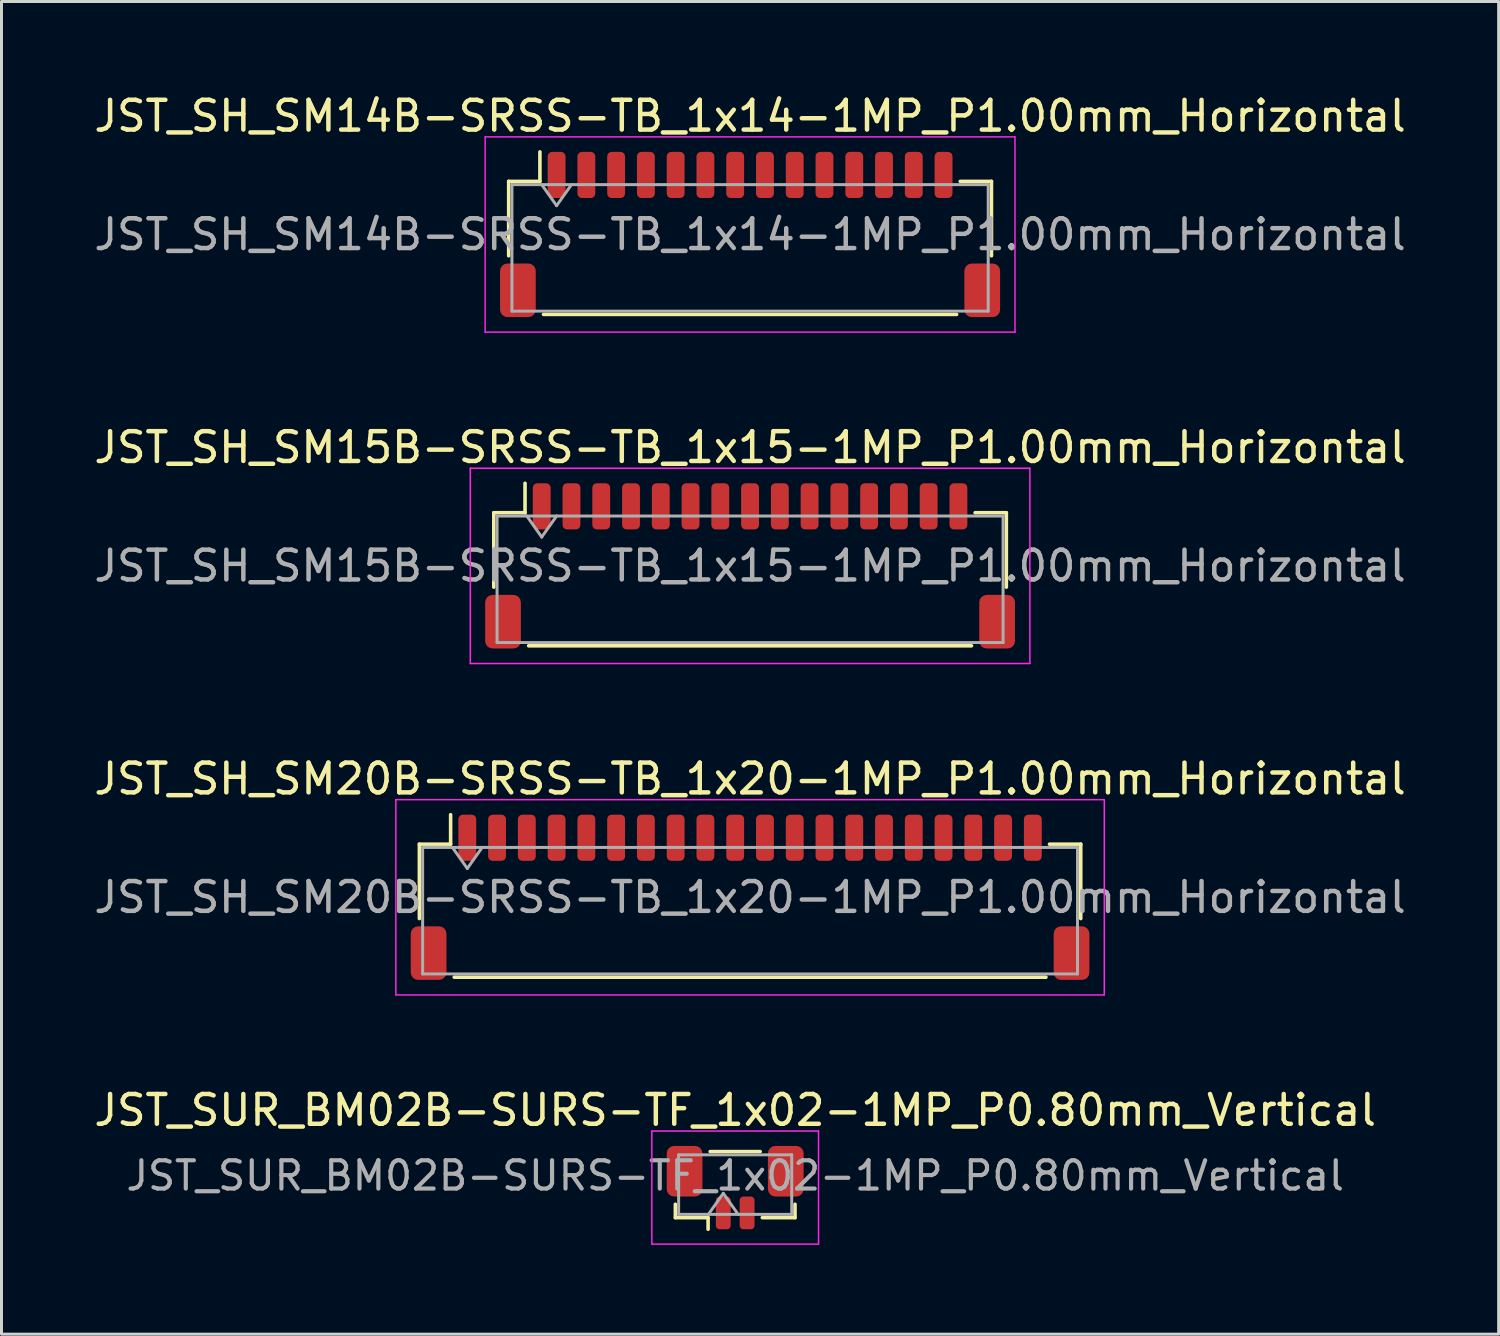
<source format=kicad_pcb>
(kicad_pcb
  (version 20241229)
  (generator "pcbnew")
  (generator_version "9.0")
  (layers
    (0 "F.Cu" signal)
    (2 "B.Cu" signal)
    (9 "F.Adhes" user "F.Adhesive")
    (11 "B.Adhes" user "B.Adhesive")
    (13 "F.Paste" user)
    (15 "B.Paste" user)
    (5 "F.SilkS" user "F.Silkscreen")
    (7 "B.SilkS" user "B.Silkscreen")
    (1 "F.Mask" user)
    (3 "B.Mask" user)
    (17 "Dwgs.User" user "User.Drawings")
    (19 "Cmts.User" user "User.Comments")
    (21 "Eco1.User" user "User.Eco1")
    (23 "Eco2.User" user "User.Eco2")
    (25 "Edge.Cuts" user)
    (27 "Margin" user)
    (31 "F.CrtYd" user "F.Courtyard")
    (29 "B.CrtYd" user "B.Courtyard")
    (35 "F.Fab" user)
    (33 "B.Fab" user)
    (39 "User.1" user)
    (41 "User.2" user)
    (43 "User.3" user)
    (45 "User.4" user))
  (footprint "JST_SH_SM20B-SRSS-TB_1x20-1MP_P1.00mm_Horizontal"
    (layer "F.Cu")
    (at 22.149 27.095)
    (property "Reference" "JST_SH_SM20B-SRSS-TB_1x20-1MP_P1.00mm_Horizontal" (at 0 -3.98 0) (layer "F.SilkS") (effects (font (size 1 1) (thickness 0.15))))
    (attr smd)
    (fp_line (start -11.11 -1.785) (end -10.06 -1.785) (stroke (width 0.12) (type solid)) (layer "F.SilkS"))
    (fp_line (start -11.11 0.715) (end -11.11 -1.785) (stroke (width 0.12) (type solid)) (layer "F.SilkS"))
    (fp_line (start -10.06 -1.785) (end -10.06 -2.775) (stroke (width 0.12) (type solid)) (layer "F.SilkS"))
    (fp_line (start -9.94 2.685) (end 9.94 2.685) (stroke (width 0.12) (type solid)) (layer "F.SilkS"))
    (fp_line (start 11.11 -1.785) (end 10.06 -1.785) (stroke (width 0.12) (type solid)) (layer "F.SilkS"))
    (fp_line (start 11.11 0.715) (end 11.11 -1.785) (stroke (width 0.12) (type solid)) (layer "F.SilkS"))
    (fp_line (start -11.9 -3.28) (end -11.9 3.28) (stroke (width 0.05) (type solid)) (layer "F.CrtYd"))
    (fp_line (start -11.9 3.28) (end 11.9 3.28) (stroke (width 0.05) (type solid)) (layer "F.CrtYd"))
    (fp_line (start 11.9 -3.28) (end -11.9 -3.28) (stroke (width 0.05) (type solid)) (layer "F.CrtYd"))
    (fp_line (start 11.9 3.28) (end 11.9 -3.28) (stroke (width 0.05) (type solid)) (layer "F.CrtYd"))
    (fp_line (start -11 -1.675) (end -11 2.575) (stroke (width 0.1) (type solid)) (layer "F.Fab"))
    (fp_line (start -11 -1.675) (end 11 -1.675) (stroke (width 0.1) (type solid)) (layer "F.Fab"))
    (fp_line (start -11 2.575) (end 11 2.575) (stroke (width 0.1) (type solid)) (layer "F.Fab"))
    (fp_line (start -10 -1.675) (end -9.5 -0.968) (stroke (width 0.1) (type solid)) (layer "F.Fab"))
    (fp_line (start -9.5 -0.968) (end -9 -1.675) (stroke (width 0.1) (type solid)) (layer "F.Fab"))
    (fp_line (start 11 -1.675) (end 11 2.575) (stroke (width 0.1) (type solid)) (layer "F.Fab"))
    (fp_text user "${REFERENCE}" (at 0 0 0) (layer "F.Fab") (effects (font (size 1 1) (thickness 0.15))))
    (pad "1" smd roundrect (at -9.5 -2) (size 0.6 1.55) (layers "F.Cu" "F.Mask" "F.Paste") (roundrect_rratio 0.25))
    (pad "2" smd roundrect (at -8.5 -2) (size 0.6 1.55) (layers "F.Cu" "F.Mask" "F.Paste") (roundrect_rratio 0.25))
    (pad "3" smd roundrect (at -7.5 -2) (size 0.6 1.55) (layers "F.Cu" "F.Mask" "F.Paste") (roundrect_rratio 0.25))
    (pad "4" smd roundrect (at -6.5 -2) (size 0.6 1.55) (layers "F.Cu" "F.Mask" "F.Paste") (roundrect_rratio 0.25))
    (pad "5" smd roundrect (at -5.5 -2) (size 0.6 1.55) (layers "F.Cu" "F.Mask" "F.Paste") (roundrect_rratio 0.25))
    (pad "6" smd roundrect (at -4.5 -2) (size 0.6 1.55) (layers "F.Cu" "F.Mask" "F.Paste") (roundrect_rratio 0.25))
    (pad "7" smd roundrect (at -3.5 -2) (size 0.6 1.55) (layers "F.Cu" "F.Mask" "F.Paste") (roundrect_rratio 0.25))
    (pad "8" smd roundrect (at -2.5 -2) (size 0.6 1.55) (layers "F.Cu" "F.Mask" "F.Paste") (roundrect_rratio 0.25))
    (pad "9" smd roundrect (at -1.5 -2) (size 0.6 1.55) (layers "F.Cu" "F.Mask" "F.Paste") (roundrect_rratio 0.25))
    (pad "10" smd roundrect (at -0.5 -2) (size 0.6 1.55) (layers "F.Cu" "F.Mask" "F.Paste") (roundrect_rratio 0.25))
    (pad "11" smd roundrect (at 0.5 -2) (size 0.6 1.55) (layers "F.Cu" "F.Mask" "F.Paste") (roundrect_rratio 0.25))
    (pad "12" smd roundrect (at 1.5 -2) (size 0.6 1.55) (layers "F.Cu" "F.Mask" "F.Paste") (roundrect_rratio 0.25))
    (pad "13" smd roundrect (at 2.5 -2) (size 0.6 1.55) (layers "F.Cu" "F.Mask" "F.Paste") (roundrect_rratio 0.25))
    (pad "14" smd roundrect (at 3.5 -2) (size 0.6 1.55) (layers "F.Cu" "F.Mask" "F.Paste") (roundrect_rratio 0.25))
    (pad "15" smd roundrect (at 4.5 -2) (size 0.6 1.55) (layers "F.Cu" "F.Mask" "F.Paste") (roundrect_rratio 0.25))
    (pad "16" smd roundrect (at 5.5 -2) (size 0.6 1.55) (layers "F.Cu" "F.Mask" "F.Paste") (roundrect_rratio 0.25))
    (pad "17" smd roundrect (at 6.5 -2) (size 0.6 1.55) (layers "F.Cu" "F.Mask" "F.Paste") (roundrect_rratio 0.25))
    (pad "18" smd roundrect (at 7.5 -2) (size 0.6 1.55) (layers "F.Cu" "F.Mask" "F.Paste") (roundrect_rratio 0.25))
    (pad "19" smd roundrect (at 8.5 -2) (size 0.6 1.55) (layers "F.Cu" "F.Mask" "F.Paste") (roundrect_rratio 0.25))
    (pad "20" smd roundrect (at 9.5 -2) (size 0.6 1.55) (layers "F.Cu" "F.Mask" "F.Paste") (roundrect_rratio 0.25))
    (pad "MP" smd roundrect (at -10.8 1.875) (size 1.2 1.8) (layers "F.Cu" "F.Mask" "F.Paste") (roundrect_rratio 0.208))
    (pad "MP" smd roundrect (at 10.8 1.875) (size 1.2 1.8) (layers "F.Cu" "F.Mask" "F.Paste") (roundrect_rratio 0.208)))
  (footprint "JST_SUR_BM02B-SURS-TF_1x02-1MP_P0.80mm_Vertical"
    (layer "F.Cu")
    (at 21.649 36.848)
    (property "Reference" "JST_SUR_BM02B-SURS-TF_1x02-1MP_P0.80mm_Vertical" (at 0 -2.6 0) (layer "F.SilkS") (effects (font (size 1 1) (thickness 0.15))))
    (attr smd)
    (fp_line (start -2.01 0.56) (end -2.01 1.01) (stroke (width 0.12) (type solid)) (layer "F.SilkS"))
    (fp_line (start -2.01 1.01) (end -0.91 1.01) (stroke (width 0.12) (type solid)) (layer "F.SilkS"))
    (fp_line (start -0.91 1.01) (end -0.91 1.4) (stroke (width 0.12) (type solid)) (layer "F.SilkS"))
    (fp_line (start -0.84 -1.21) (end 0.84 -1.21) (stroke (width 0.12) (type solid)) (layer "F.SilkS"))
    (fp_line (start 2.01 0.56) (end 2.01 1.01) (stroke (width 0.12) (type solid)) (layer "F.SilkS"))
    (fp_line (start 2.01 1.01) (end 0.91 1.01) (stroke (width 0.12) (type solid)) (layer "F.SilkS"))
    (fp_line (start -2.8 -1.9) (end -2.8 1.9) (stroke (width 0.05) (type solid)) (layer "F.CrtYd"))
    (fp_line (start -2.8 1.9) (end 2.8 1.9) (stroke (width 0.05) (type solid)) (layer "F.CrtYd"))
    (fp_line (start 2.8 -1.9) (end -2.8 -1.9) (stroke (width 0.05) (type solid)) (layer "F.CrtYd"))
    (fp_line (start 2.8 1.9) (end 2.8 -1.9) (stroke (width 0.05) (type solid)) (layer "F.CrtYd"))
    (fp_line (start -1.9 -1.1) (end 1.9 -1.1) (stroke (width 0.1) (type solid)) (layer "F.Fab"))
    (fp_line (start -1.9 0.9) (end -1.9 -1.1) (stroke (width 0.1) (type solid)) (layer "F.Fab"))
    (fp_line (start -1.9 0.9) (end 1.9 0.9) (stroke (width 0.1) (type solid)) (layer "F.Fab"))
    (fp_line (start -0.9 0.9) (end -0.4 0.193) (stroke (width 0.1) (type solid)) (layer "F.Fab"))
    (fp_line (start -0.4 0.193) (end 0.1 0.9) (stroke (width 0.1) (type solid)) (layer "F.Fab"))
    (fp_line (start 1.9 0.9) (end 1.9 -1.1) (stroke (width 0.1) (type solid)) (layer "F.Fab"))
    (fp_text user "${REFERENCE}" (at 0 -0.4 0) (layer "F.Fab") (effects (font (size 0.95 0.95) (thickness 0.14))))
    (pad "1" smd roundrect (at -0.4 0.85) (size 0.5 1.1) (layers "F.Cu" "F.Mask" "F.Paste") (roundrect_rratio 0.25))
    (pad "2" smd roundrect (at 0.4 0.85) (size 0.5 1.1) (layers "F.Cu" "F.Mask" "F.Paste") (roundrect_rratio 0.25))
    (pad "MP" smd roundrect (at -1.7 -0.55) (size 1.2 1.7) (layers "F.Cu" "F.Mask" "F.Paste") (roundrect_rratio 0.208))
    (pad "MP" smd roundrect (at 1.7 -0.55) (size 1.2 1.7) (layers "F.Cu" "F.Mask" "F.Paste") (roundrect_rratio 0.208)))
  (footprint "JST_SH_SM14B-SRSS-TB_1x14-1MP_P1.00mm_Horizontal"
    (layer "F.Cu")
    (at 22.149 4.828)
    (property "Reference" "JST_SH_SM14B-SRSS-TB_1x14-1MP_P1.00mm_Horizontal" (at 0 -3.98 0) (layer "F.SilkS") (effects (font (size 1 1) (thickness 0.15))))
    (attr smd)
    (fp_line (start -8.11 -1.785) (end -7.06 -1.785) (stroke (width 0.12) (type solid)) (layer "F.SilkS"))
    (fp_line (start -8.11 0.715) (end -8.11 -1.785) (stroke (width 0.12) (type solid)) (layer "F.SilkS"))
    (fp_line (start -7.06 -1.785) (end -7.06 -2.775) (stroke (width 0.12) (type solid)) (layer "F.SilkS"))
    (fp_line (start -6.94 2.685) (end 6.94 2.685) (stroke (width 0.12) (type solid)) (layer "F.SilkS"))
    (fp_line (start 8.11 -1.785) (end 7.06 -1.785) (stroke (width 0.12) (type solid)) (layer "F.SilkS"))
    (fp_line (start 8.11 0.715) (end 8.11 -1.785) (stroke (width 0.12) (type solid)) (layer "F.SilkS"))
    (fp_line (start -8.9 -3.28) (end -8.9 3.28) (stroke (width 0.05) (type solid)) (layer "F.CrtYd"))
    (fp_line (start -8.9 3.28) (end 8.9 3.28) (stroke (width 0.05) (type solid)) (layer "F.CrtYd"))
    (fp_line (start 8.9 -3.28) (end -8.9 -3.28) (stroke (width 0.05) (type solid)) (layer "F.CrtYd"))
    (fp_line (start 8.9 3.28) (end 8.9 -3.28) (stroke (width 0.05) (type solid)) (layer "F.CrtYd"))
    (fp_line (start -8 -1.675) (end -8 2.575) (stroke (width 0.1) (type solid)) (layer "F.Fab"))
    (fp_line (start -8 -1.675) (end 8 -1.675) (stroke (width 0.1) (type solid)) (layer "F.Fab"))
    (fp_line (start -8 2.575) (end 8 2.575) (stroke (width 0.1) (type solid)) (layer "F.Fab"))
    (fp_line (start -7 -1.675) (end -6.5 -0.968) (stroke (width 0.1) (type solid)) (layer "F.Fab"))
    (fp_line (start -6.5 -0.968) (end -6 -1.675) (stroke (width 0.1) (type solid)) (layer "F.Fab"))
    (fp_line (start 8 -1.675) (end 8 2.575) (stroke (width 0.1) (type solid)) (layer "F.Fab"))
    (fp_text user "${REFERENCE}" (at 0 0 0) (layer "F.Fab") (effects (font (size 1 1) (thickness 0.15))))
    (pad "1" smd roundrect (at -6.5 -2) (size 0.6 1.55) (layers "F.Cu" "F.Mask" "F.Paste") (roundrect_rratio 0.25))
    (pad "2" smd roundrect (at -5.5 -2) (size 0.6 1.55) (layers "F.Cu" "F.Mask" "F.Paste") (roundrect_rratio 0.25))
    (pad "3" smd roundrect (at -4.5 -2) (size 0.6 1.55) (layers "F.Cu" "F.Mask" "F.Paste") (roundrect_rratio 0.25))
    (pad "4" smd roundrect (at -3.5 -2) (size 0.6 1.55) (layers "F.Cu" "F.Mask" "F.Paste") (roundrect_rratio 0.25))
    (pad "5" smd roundrect (at -2.5 -2) (size 0.6 1.55) (layers "F.Cu" "F.Mask" "F.Paste") (roundrect_rratio 0.25))
    (pad "6" smd roundrect (at -1.5 -2) (size 0.6 1.55) (layers "F.Cu" "F.Mask" "F.Paste") (roundrect_rratio 0.25))
    (pad "7" smd roundrect (at -0.5 -2) (size 0.6 1.55) (layers "F.Cu" "F.Mask" "F.Paste") (roundrect_rratio 0.25))
    (pad "8" smd roundrect (at 0.5 -2) (size 0.6 1.55) (layers "F.Cu" "F.Mask" "F.Paste") (roundrect_rratio 0.25))
    (pad "9" smd roundrect (at 1.5 -2) (size 0.6 1.55) (layers "F.Cu" "F.Mask" "F.Paste") (roundrect_rratio 0.25))
    (pad "10" smd roundrect (at 2.5 -2) (size 0.6 1.55) (layers "F.Cu" "F.Mask" "F.Paste") (roundrect_rratio 0.25))
    (pad "11" smd roundrect (at 3.5 -2) (size 0.6 1.55) (layers "F.Cu" "F.Mask" "F.Paste") (roundrect_rratio 0.25))
    (pad "12" smd roundrect (at 4.5 -2) (size 0.6 1.55) (layers "F.Cu" "F.Mask" "F.Paste") (roundrect_rratio 0.25))
    (pad "13" smd roundrect (at 5.5 -2) (size 0.6 1.55) (layers "F.Cu" "F.Mask" "F.Paste") (roundrect_rratio 0.25))
    (pad "14" smd roundrect (at 6.5 -2) (size 0.6 1.55) (layers "F.Cu" "F.Mask" "F.Paste") (roundrect_rratio 0.25))
    (pad "MP" smd roundrect (at -7.8 1.875) (size 1.2 1.8) (layers "F.Cu" "F.Mask" "F.Paste") (roundrect_rratio 0.208))
    (pad "MP" smd roundrect (at 7.8 1.875) (size 1.2 1.8) (layers "F.Cu" "F.Mask" "F.Paste") (roundrect_rratio 0.208)))
  (footprint "JST_SH_SM15B-SRSS-TB_1x15-1MP_P1.00mm_Horizontal"
    (layer "F.Cu")
    (at 22.149 15.961)
    (property "Reference" "JST_SH_SM15B-SRSS-TB_1x15-1MP_P1.00mm_Horizontal" (at 0 -3.98 0) (layer "F.SilkS") (effects (font (size 1 1) (thickness 0.15))))
    (attr smd)
    (fp_line (start -8.61 -1.785) (end -7.56 -1.785) (stroke (width 0.12) (type solid)) (layer "F.SilkS"))
    (fp_line (start -8.61 0.715) (end -8.61 -1.785) (stroke (width 0.12) (type solid)) (layer "F.SilkS"))
    (fp_line (start -7.56 -1.785) (end -7.56 -2.775) (stroke (width 0.12) (type solid)) (layer "F.SilkS"))
    (fp_line (start -7.44 2.685) (end 7.44 2.685) (stroke (width 0.12) (type solid)) (layer "F.SilkS"))
    (fp_line (start 8.61 -1.785) (end 7.56 -1.785) (stroke (width 0.12) (type solid)) (layer "F.SilkS"))
    (fp_line (start 8.61 0.715) (end 8.61 -1.785) (stroke (width 0.12) (type solid)) (layer "F.SilkS"))
    (fp_line (start -9.4 -3.28) (end -9.4 3.28) (stroke (width 0.05) (type solid)) (layer "F.CrtYd"))
    (fp_line (start -9.4 3.28) (end 9.4 3.28) (stroke (width 0.05) (type solid)) (layer "F.CrtYd"))
    (fp_line (start 9.4 -3.28) (end -9.4 -3.28) (stroke (width 0.05) (type solid)) (layer "F.CrtYd"))
    (fp_line (start 9.4 3.28) (end 9.4 -3.28) (stroke (width 0.05) (type solid)) (layer "F.CrtYd"))
    (fp_line (start -8.5 -1.675) (end -8.5 2.575) (stroke (width 0.1) (type solid)) (layer "F.Fab"))
    (fp_line (start -8.5 -1.675) (end 8.5 -1.675) (stroke (width 0.1) (type solid)) (layer "F.Fab"))
    (fp_line (start -8.5 2.575) (end 8.5 2.575) (stroke (width 0.1) (type solid)) (layer "F.Fab"))
    (fp_line (start -7.5 -1.675) (end -7 -0.968) (stroke (width 0.1) (type solid)) (layer "F.Fab"))
    (fp_line (start -7 -0.968) (end -6.5 -1.675) (stroke (width 0.1) (type solid)) (layer "F.Fab"))
    (fp_line (start 8.5 -1.675) (end 8.5 2.575) (stroke (width 0.1) (type solid)) (layer "F.Fab"))
    (fp_text user "${REFERENCE}" (at 0 0 0) (layer "F.Fab") (effects (font (size 1 1) (thickness 0.15))))
    (pad "1" smd roundrect (at -7 -2) (size 0.6 1.55) (layers "F.Cu" "F.Mask" "F.Paste") (roundrect_rratio 0.25))
    (pad "2" smd roundrect (at -6 -2) (size 0.6 1.55) (layers "F.Cu" "F.Mask" "F.Paste") (roundrect_rratio 0.25))
    (pad "3" smd roundrect (at -5 -2) (size 0.6 1.55) (layers "F.Cu" "F.Mask" "F.Paste") (roundrect_rratio 0.25))
    (pad "4" smd roundrect (at -4 -2) (size 0.6 1.55) (layers "F.Cu" "F.Mask" "F.Paste") (roundrect_rratio 0.25))
    (pad "5" smd roundrect (at -3 -2) (size 0.6 1.55) (layers "F.Cu" "F.Mask" "F.Paste") (roundrect_rratio 0.25))
    (pad "6" smd roundrect (at -2 -2) (size 0.6 1.55) (layers "F.Cu" "F.Mask" "F.Paste") (roundrect_rratio 0.25))
    (pad "7" smd roundrect (at -1 -2) (size 0.6 1.55) (layers "F.Cu" "F.Mask" "F.Paste") (roundrect_rratio 0.25))
    (pad "8" smd roundrect (at 0 -2) (size 0.6 1.55) (layers "F.Cu" "F.Mask" "F.Paste") (roundrect_rratio 0.25))
    (pad "9" smd roundrect (at 1 -2) (size 0.6 1.55) (layers "F.Cu" "F.Mask" "F.Paste") (roundrect_rratio 0.25))
    (pad "10" smd roundrect (at 2 -2) (size 0.6 1.55) (layers "F.Cu" "F.Mask" "F.Paste") (roundrect_rratio 0.25))
    (pad "11" smd roundrect (at 3 -2) (size 0.6 1.55) (layers "F.Cu" "F.Mask" "F.Paste") (roundrect_rratio 0.25))
    (pad "12" smd roundrect (at 4 -2) (size 0.6 1.55) (layers "F.Cu" "F.Mask" "F.Paste") (roundrect_rratio 0.25))
    (pad "13" smd roundrect (at 5 -2) (size 0.6 1.55) (layers "F.Cu" "F.Mask" "F.Paste") (roundrect_rratio 0.25))
    (pad "14" smd roundrect (at 6 -2) (size 0.6 1.55) (layers "F.Cu" "F.Mask" "F.Paste") (roundrect_rratio 0.25))
    (pad "15" smd roundrect (at 7 -2) (size 0.6 1.55) (layers "F.Cu" "F.Mask" "F.Paste") (roundrect_rratio 0.25))
    (pad "MP" smd roundrect (at -8.3 1.875) (size 1.2 1.8) (layers "F.Cu" "F.Mask" "F.Paste") (roundrect_rratio 0.208))
    (pad "MP" smd roundrect (at 8.3 1.875) (size 1.2 1.8) (layers "F.Cu" "F.Mask" "F.Paste") (roundrect_rratio 0.208)))
  (gr_rect
    (start -3 -3)
    (end 47.298 41.773)
    (stroke (width 0.1) (type default))
    (fill no)
    (layer "Edge.Cuts")))
</source>
